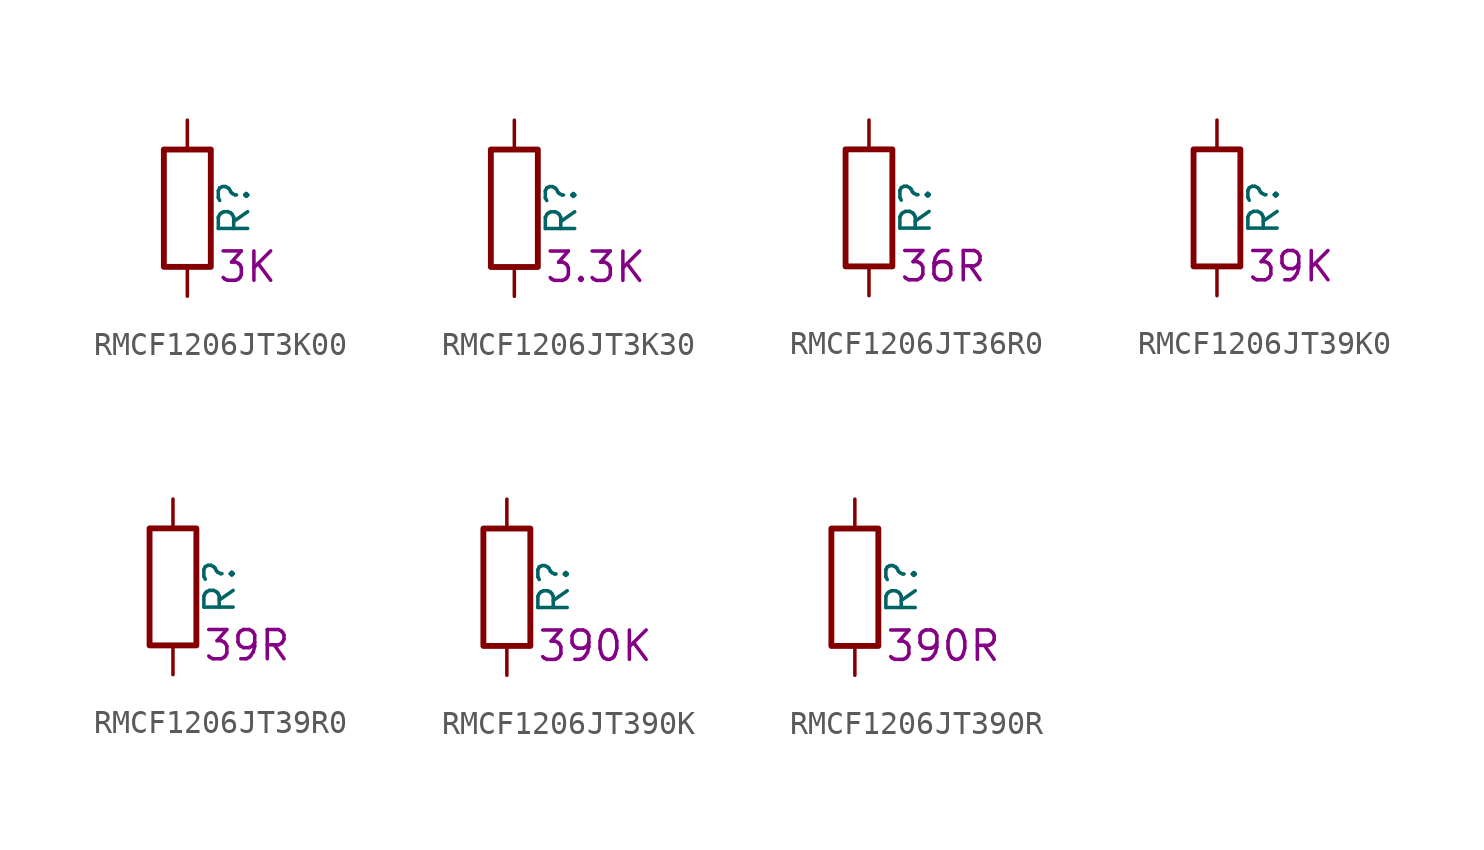
<source format=kicad_sym>
(kicad_symbol_lib
  (version 20220914)
  (generator kicad_symbol_editor)
  (symbol "RMCF1206JT3K00"
    (pin_numbers hide)
    (pin_names
      (offset 0))
    (property "Reference" "R"
      (at 2.032 0 90)
      (effects (font (size 1.27 1.27))))
    (property "Resistance" "3K"
      (at 1.27 -2.54 0)
      (effects (font (size 1.27 1.27)) (justify left)))
    (symbol "RMCF1206JT3K00_0_1"
      (rectangle (start -1.016 -2.54) (end 1.016 2.54) (stroke (width 0.254) (type default)) (fill (type none))))
    (symbol "RMCF1206JT3K00_1_1"
      (pin passive line (at 0 3.81 270) (length 1.27) (name "~" (effects (font (size 1.27 1.27)))) (number "1" (effects (font (size 1.27 1.27)))))
      (pin passive line (at 0 -3.81 90) (length 1.27) (name "~" (effects (font (size 1.27 1.27)))) (number "2" (effects (font (size 1.27 1.27)))))))
  (symbol "RMCF1206JT3K30"
    (pin_numbers hide)
    (pin_names
      (offset 0))
    (property "Reference" "R"
      (at 2.032 0 90)
      (effects (font (size 1.27 1.27))))
    (property "Resistance" "3.3K"
      (at 1.27 -2.54 0)
      (effects (font (size 1.27 1.27)) (justify left)))
    (symbol "RMCF1206JT3K30_0_1"
      (rectangle (start -1.016 -2.54) (end 1.016 2.54) (stroke (width 0.254) (type default)) (fill (type none))))
    (symbol "RMCF1206JT3K30_1_1"
      (pin passive line (at 0 3.81 270) (length 1.27) (name "~" (effects (font (size 1.27 1.27)))) (number "1" (effects (font (size 1.27 1.27)))))
      (pin passive line (at 0 -3.81 90) (length 1.27) (name "~" (effects (font (size 1.27 1.27)))) (number "2" (effects (font (size 1.27 1.27)))))))
  (symbol "RMCF1206JT36R0"
    (pin_numbers hide)
    (pin_names
      (offset 0))
    (property "Reference" "R"
      (at 2.032 0 90)
      (effects (font (size 1.27 1.27))))
    (property "Resistance" "36R"
      (at 1.27 -2.54 0)
      (effects (font (size 1.27 1.27)) (justify left)))
    (symbol "RMCF1206JT36R0_0_1"
      (rectangle (start -1.016 -2.54) (end 1.016 2.54) (stroke (width 0.254) (type default)) (fill (type none))))
    (symbol "RMCF1206JT36R0_1_1"
      (pin passive line (at 0 3.81 270) (length 1.27) (name "~" (effects (font (size 1.27 1.27)))) (number "1" (effects (font (size 1.27 1.27)))))
      (pin passive line (at 0 -3.81 90) (length 1.27) (name "~" (effects (font (size 1.27 1.27)))) (number "2" (effects (font (size 1.27 1.27)))))))
  (symbol "RMCF1206JT39K0"
    (pin_numbers hide)
    (pin_names
      (offset 0))
    (property "Reference" "R"
      (at 2.032 0 90)
      (effects (font (size 1.27 1.27))))
    (property "Resistance" "39K"
      (at 1.27 -2.54 0)
      (effects (font (size 1.27 1.27)) (justify left)))
    (symbol "RMCF1206JT39K0_0_1"
      (rectangle (start -1.016 -2.54) (end 1.016 2.54) (stroke (width 0.254) (type default)) (fill (type none))))
    (symbol "RMCF1206JT39K0_1_1"
      (pin passive line (at 0 3.81 270) (length 1.27) (name "~" (effects (font (size 1.27 1.27)))) (number "1" (effects (font (size 1.27 1.27)))))
      (pin passive line (at 0 -3.81 90) (length 1.27) (name "~" (effects (font (size 1.27 1.27)))) (number "2" (effects (font (size 1.27 1.27)))))))
  (symbol "RMCF1206JT39R0"
    (pin_numbers hide)
    (pin_names
      (offset 0))
    (property "Reference" "R"
      (at 2.032 0 90)
      (effects (font (size 1.27 1.27))))
    (property "Resistance" "39R"
      (at 1.27 -2.54 0)
      (effects (font (size 1.27 1.27)) (justify left)))
    (symbol "RMCF1206JT39R0_0_1"
      (rectangle (start -1.016 -2.54) (end 1.016 2.54) (stroke (width 0.254) (type default)) (fill (type none))))
    (symbol "RMCF1206JT39R0_1_1"
      (pin passive line (at 0 3.81 270) (length 1.27) (name "~" (effects (font (size 1.27 1.27)))) (number "1" (effects (font (size 1.27 1.27)))))
      (pin passive line (at 0 -3.81 90) (length 1.27) (name "~" (effects (font (size 1.27 1.27)))) (number "2" (effects (font (size 1.27 1.27)))))))
  (symbol "RMCF1206JT390K"
    (pin_numbers hide)
    (pin_names
      (offset 0))
    (property "Reference" "R"
      (at 2.032 0 90)
      (effects (font (size 1.27 1.27))))
    (property "Resistance" "390K"
      (at 1.27 -2.54 0)
      (effects (font (size 1.27 1.27)) (justify left)))
    (symbol "RMCF1206JT390K_0_1"
      (rectangle (start -1.016 -2.54) (end 1.016 2.54) (stroke (width 0.254) (type default)) (fill (type none))))
    (symbol "RMCF1206JT390K_1_1"
      (pin passive line (at 0 3.81 270) (length 1.27) (name "~" (effects (font (size 1.27 1.27)))) (number "1" (effects (font (size 1.27 1.27)))))
      (pin passive line (at 0 -3.81 90) (length 1.27) (name "~" (effects (font (size 1.27 1.27)))) (number "2" (effects (font (size 1.27 1.27)))))))
  (symbol "RMCF1206JT390R"
    (pin_numbers hide)
    (pin_names
      (offset 0))
    (property "Reference" "R"
      (at 2.032 0 90)
      (effects (font (size 1.27 1.27))))
    (property "Resistance" "390R"
      (at 1.27 -2.54 0)
      (effects (font (size 1.27 1.27)) (justify left)))
    (symbol "RMCF1206JT390R_0_1"
      (rectangle (start -1.016 -2.54) (end 1.016 2.54) (stroke (width 0.254) (type default)) (fill (type none))))
    (symbol "RMCF1206JT390R_1_1"
      (pin passive line (at 0 3.81 270) (length 1.27) (name "~" (effects (font (size 1.27 1.27)))) (number "1" (effects (font (size 1.27 1.27)))))
      (pin passive line (at 0 -3.81 90) (length 1.27) (name "~" (effects (font (size 1.27 1.27)))) (number "2" (effects (font (size 1.27 1.27))))))))
</source>
